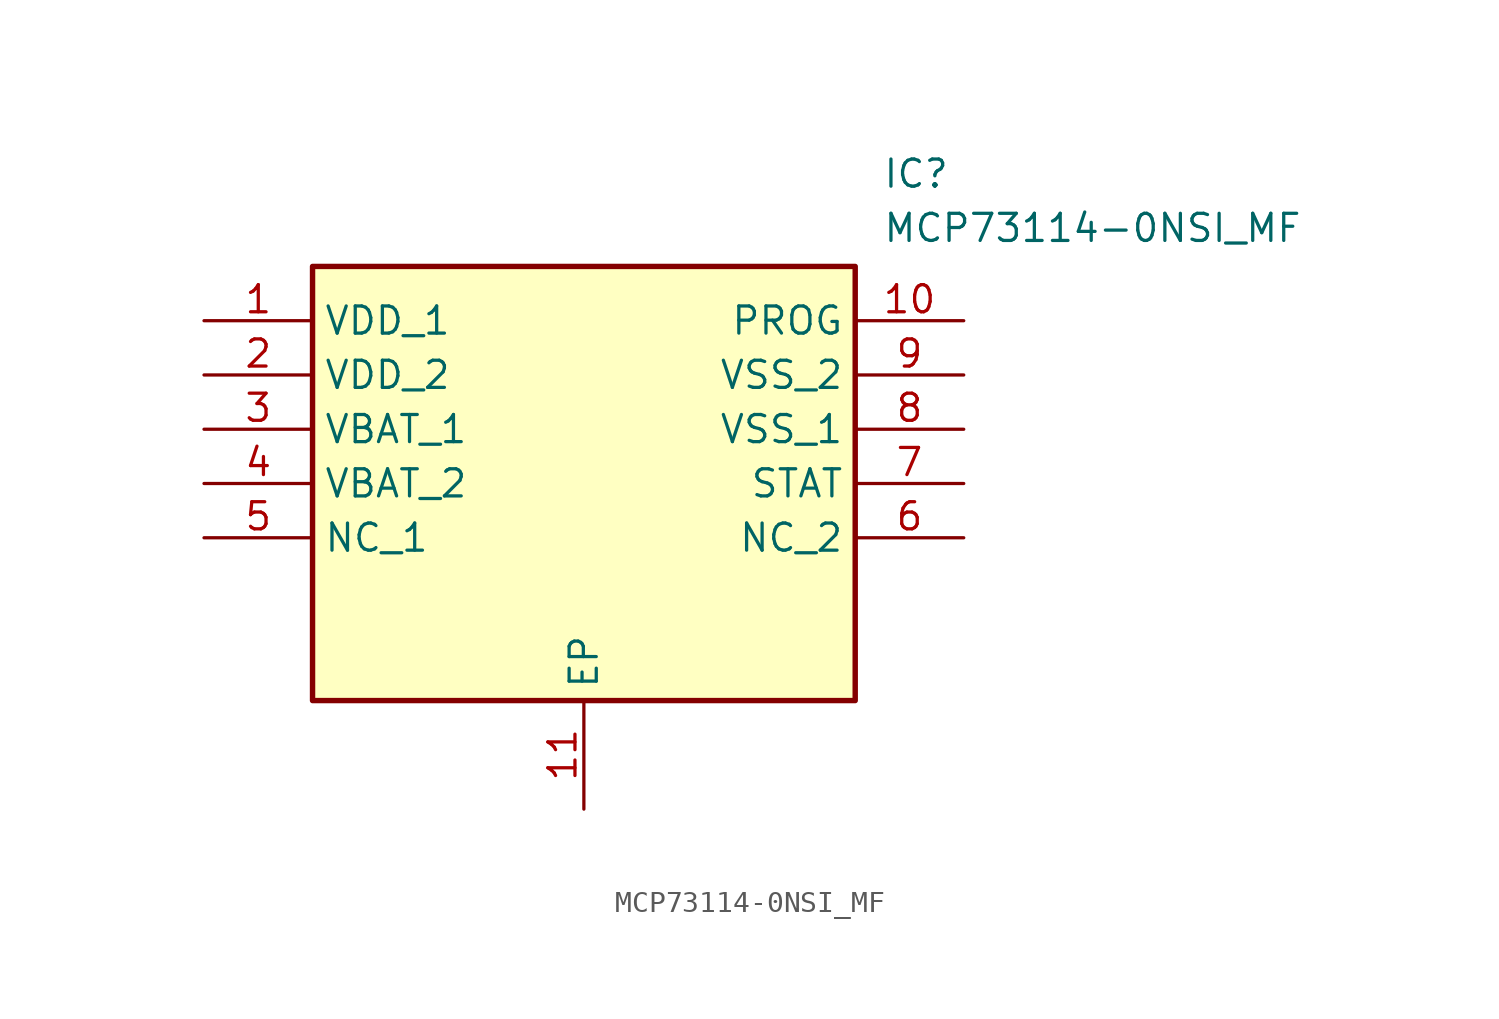
<source format=kicad_sym>
(kicad_symbol_lib
  (version 20211014)
  (generator SamacSys_ECAD_Model)
  (symbol "MCP73114-0NSI_MF"
    (property "Reference" "IC"
      (at 31.75 7.62 0)
      (effects (font (size 1.27 1.27)) (justify left top)))
    (property "Value" "MCP73114-0NSI_MF"
      (at 31.75 5.08 0)
      (effects (font (size 1.27 1.27)) (justify left top)))
    (rectangle
      (start 5.08 2.54)
      (end 30.48 -17.78)
      (stroke (width 0.254) (type default))
      (fill (type background)))
    (pin passive line
      (at 0 0 0)
      (length 5.08)
      (name "VDD_1" (effects (font (size 1.27 1.27))))
      (number "1" (effects (font (size 1.27 1.27)))))
    (pin passive line
      (at 0 -2.54 0)
      (length 5.08)
      (name "VDD_2" (effects (font (size 1.27 1.27))))
      (number "2" (effects (font (size 1.27 1.27)))))
    (pin passive line
      (at 0 -5.08 0)
      (length 5.08)
      (name "VBAT_1" (effects (font (size 1.27 1.27))))
      (number "3" (effects (font (size 1.27 1.27)))))
    (pin passive line
      (at 0 -7.62 0)
      (length 5.08)
      (name "VBAT_2" (effects (font (size 1.27 1.27))))
      (number "4" (effects (font (size 1.27 1.27)))))
    (pin passive line
      (at 0 -10.16 0)
      (length 5.08)
      (name "NC_1" (effects (font (size 1.27 1.27))))
      (number "5" (effects (font (size 1.27 1.27)))))
    (pin passive line
      (at 17.78 -22.86 90)
      (length 5.08)
      (name "EP" (effects (font (size 1.27 1.27))))
      (number "11" (effects (font (size 1.27 1.27)))))
    (pin passive line
      (at 35.56 0 180)
      (length 5.08)
      (name "PROG" (effects (font (size 1.27 1.27))))
      (number "10" (effects (font (size 1.27 1.27)))))
    (pin passive line
      (at 35.56 -2.54 180)
      (length 5.08)
      (name "VSS_2" (effects (font (size 1.27 1.27))))
      (number "9" (effects (font (size 1.27 1.27)))))
    (pin passive line
      (at 35.56 -5.08 180)
      (length 5.08)
      (name "VSS_1" (effects (font (size 1.27 1.27))))
      (number "8" (effects (font (size 1.27 1.27)))))
    (pin passive line
      (at 35.56 -7.62 180)
      (length 5.08)
      (name "STAT" (effects (font (size 1.27 1.27))))
      (number "7" (effects (font (size 1.27 1.27)))))
    (pin passive line
      (at 35.56 -10.16 180)
      (length 5.08)
      (name "NC_2" (effects (font (size 1.27 1.27))))
      (number "6" (effects (font (size 1.27 1.27)))))))
</source>
